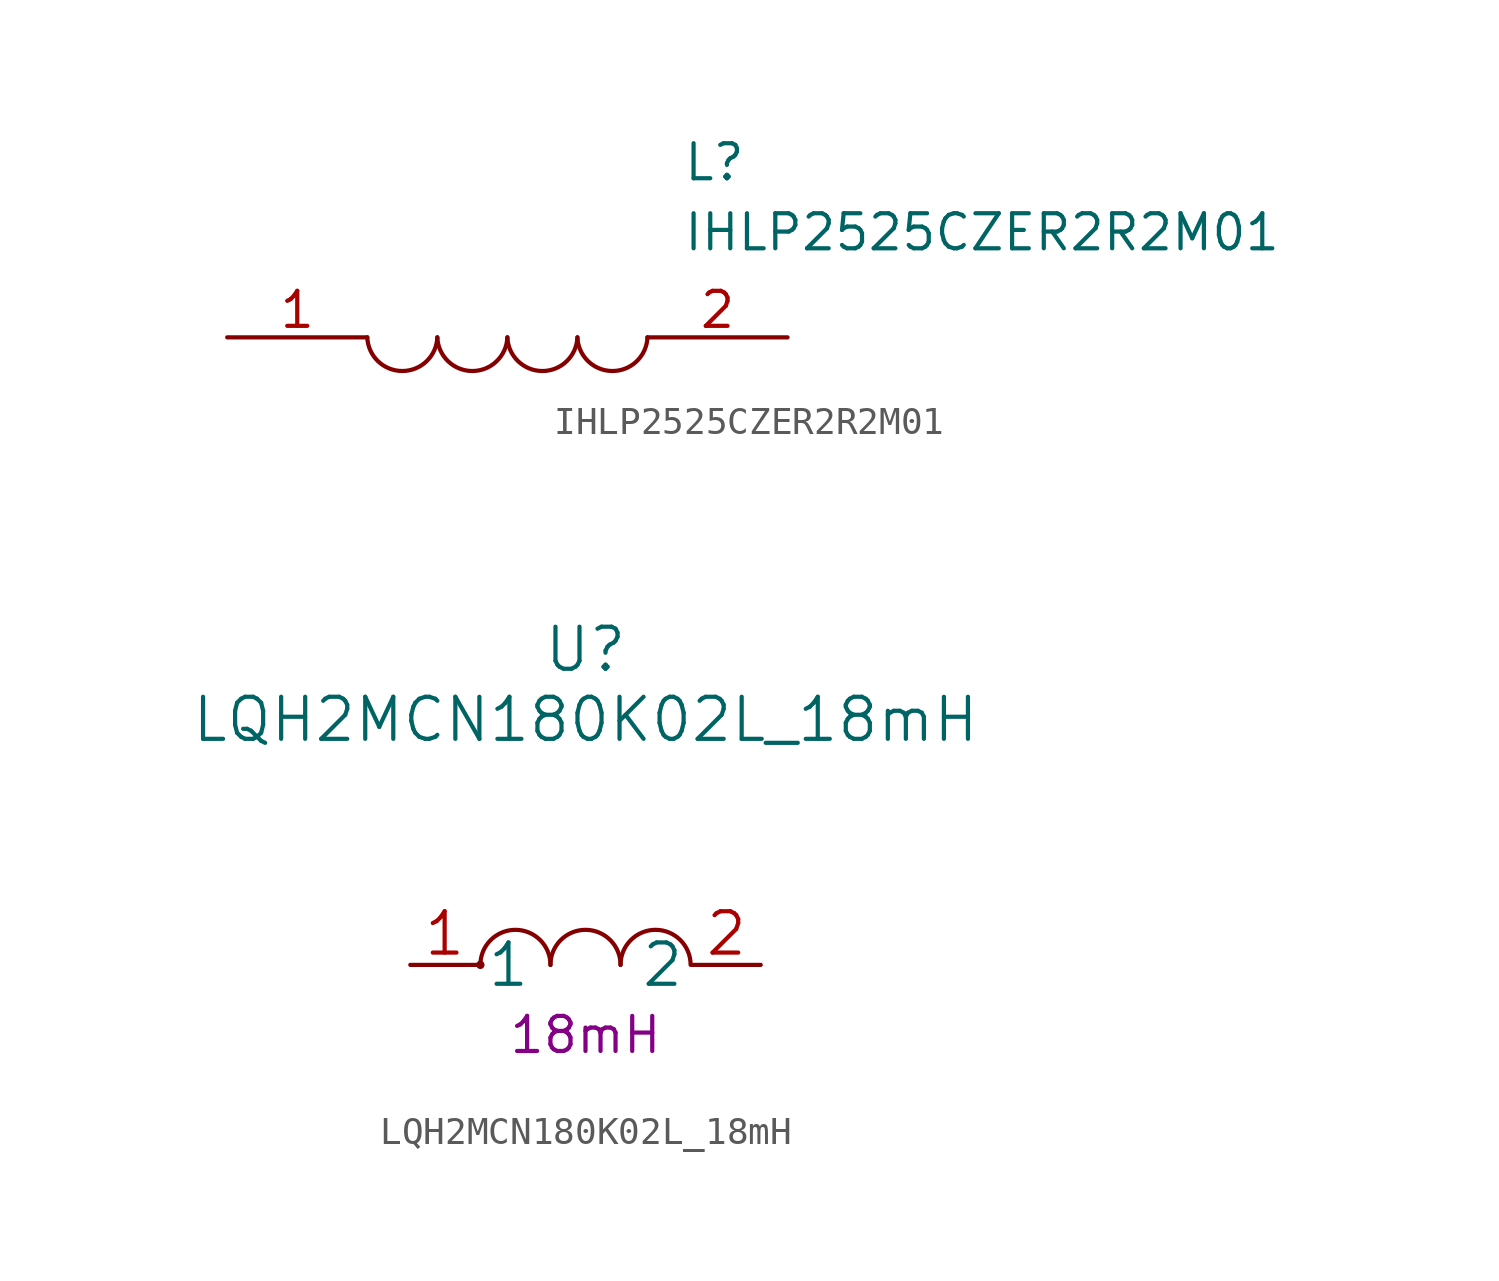
<source format=kicad_sym>
(kicad_symbol_lib
  (version 20211014)
  (generator kicad_symbol_editor)
  (symbol "IHLP2525CZER2R2M01"
    (pin_names
      (offset 0.762))
    (property "Reference" "L"
      (at 16.51 6.35 0)
      (effects (font (size 1.27 1.27)) (justify left)))
    (property "Value" "IHLP2525CZER2R2M01"
      (at 16.51 3.81 0)
      (effects (font (size 1.27 1.27)) (justify left)))
    (symbol "IHLP2525CZER2R2M01_0_0"
      (pin passive line (at 0 0 0) (length 5.08) (name "~" (effects (font (size 1.27 1.27)))) (number "1" (effects (font (size 1.27 1.27)))))
      (pin passive line (at 20.32 0 180) (length 5.08) (name "~" (effects (font (size 1.27 1.27)))) (number "2" (effects (font (size 1.27 1.27))))))
    (symbol "IHLP2525CZER2R2M01_0_1"
      (arc (start 5.08 0) (mid 6.35 -1.3218) (end 7.62 0) (stroke (width 0.1524) (type default) (color 0 0 0 0)) (fill (type none)))
      (arc (start 7.62 0) (mid 8.89 -1.3218) (end 10.16 0) (stroke (width 0.1524) (type default) (color 0 0 0 0)) (fill (type none)))
      (arc (start 10.16 0) (mid 11.43 -1.3218) (end 12.7 0) (stroke (width 0.1524) (type default) (color 0 0 0 0)) (fill (type none)))
      (arc (start 12.7 0) (mid 13.97 -1.3218) (end 15.24 0) (stroke (width 0.1524) (type default) (color 0 0 0 0)) (fill (type none)))))
  (symbol "LQH2MCN180K02L_18mH"
    (pin_names
      (offset 0.254))
    (property "Reference" "U"
      (at 16.51 11.43 0)
      (effects (font (size 1.524 1.524))))
    (property "Value" "LQH2MCN180K02L_18mH"
      (at 16.51 8.89 0)
      (effects (font (size 1.524 1.524))))
    (property "Datasheet" ""
      (at 10.16 0 0)
      (effects (font (size 1.524 1.524))))
    (property "Valeur" "18mH"
      (at 16.51 -2.54 0)
      (effects (font (size 1.27 1.27))))
    (symbol "LQH2MCN180K02L_18mH_0_1"
      (circle (center 12.7 0) (radius 0.0001) (stroke (width 0) (type default) (color 0 0 0 0)) (fill (type none)))
      (arc (start 15.24 0) (mid 13.97 1.27) (end 12.7 0) (stroke (width 0) (type default) (color 0 0 0 0)) (fill (type none)))
      (arc (start 17.78 0) (mid 16.51 1.27) (end 15.24 0) (stroke (width 0) (type default) (color 0 0 0 0)) (fill (type none)))
      (arc (start 20.32 0) (mid 19.05 1.27) (end 17.78 0) (stroke (width 0) (type default) (color 0 0 0 0)) (fill (type none))))
    (symbol "LQH2MCN180K02L_18mH_1_1"
      (pin unspecified line (at 10.16 0 0) (length 2.489) (name "1" (effects (font (size 1.499 1.499)))) (number "1" (effects (font (size 1.499 1.499)))))
      (pin unspecified line (at 22.86 0 180) (length 2.489) (name "2" (effects (font (size 1.499 1.499)))) (number "2" (effects (font (size 1.499 1.499))))))))
</source>
